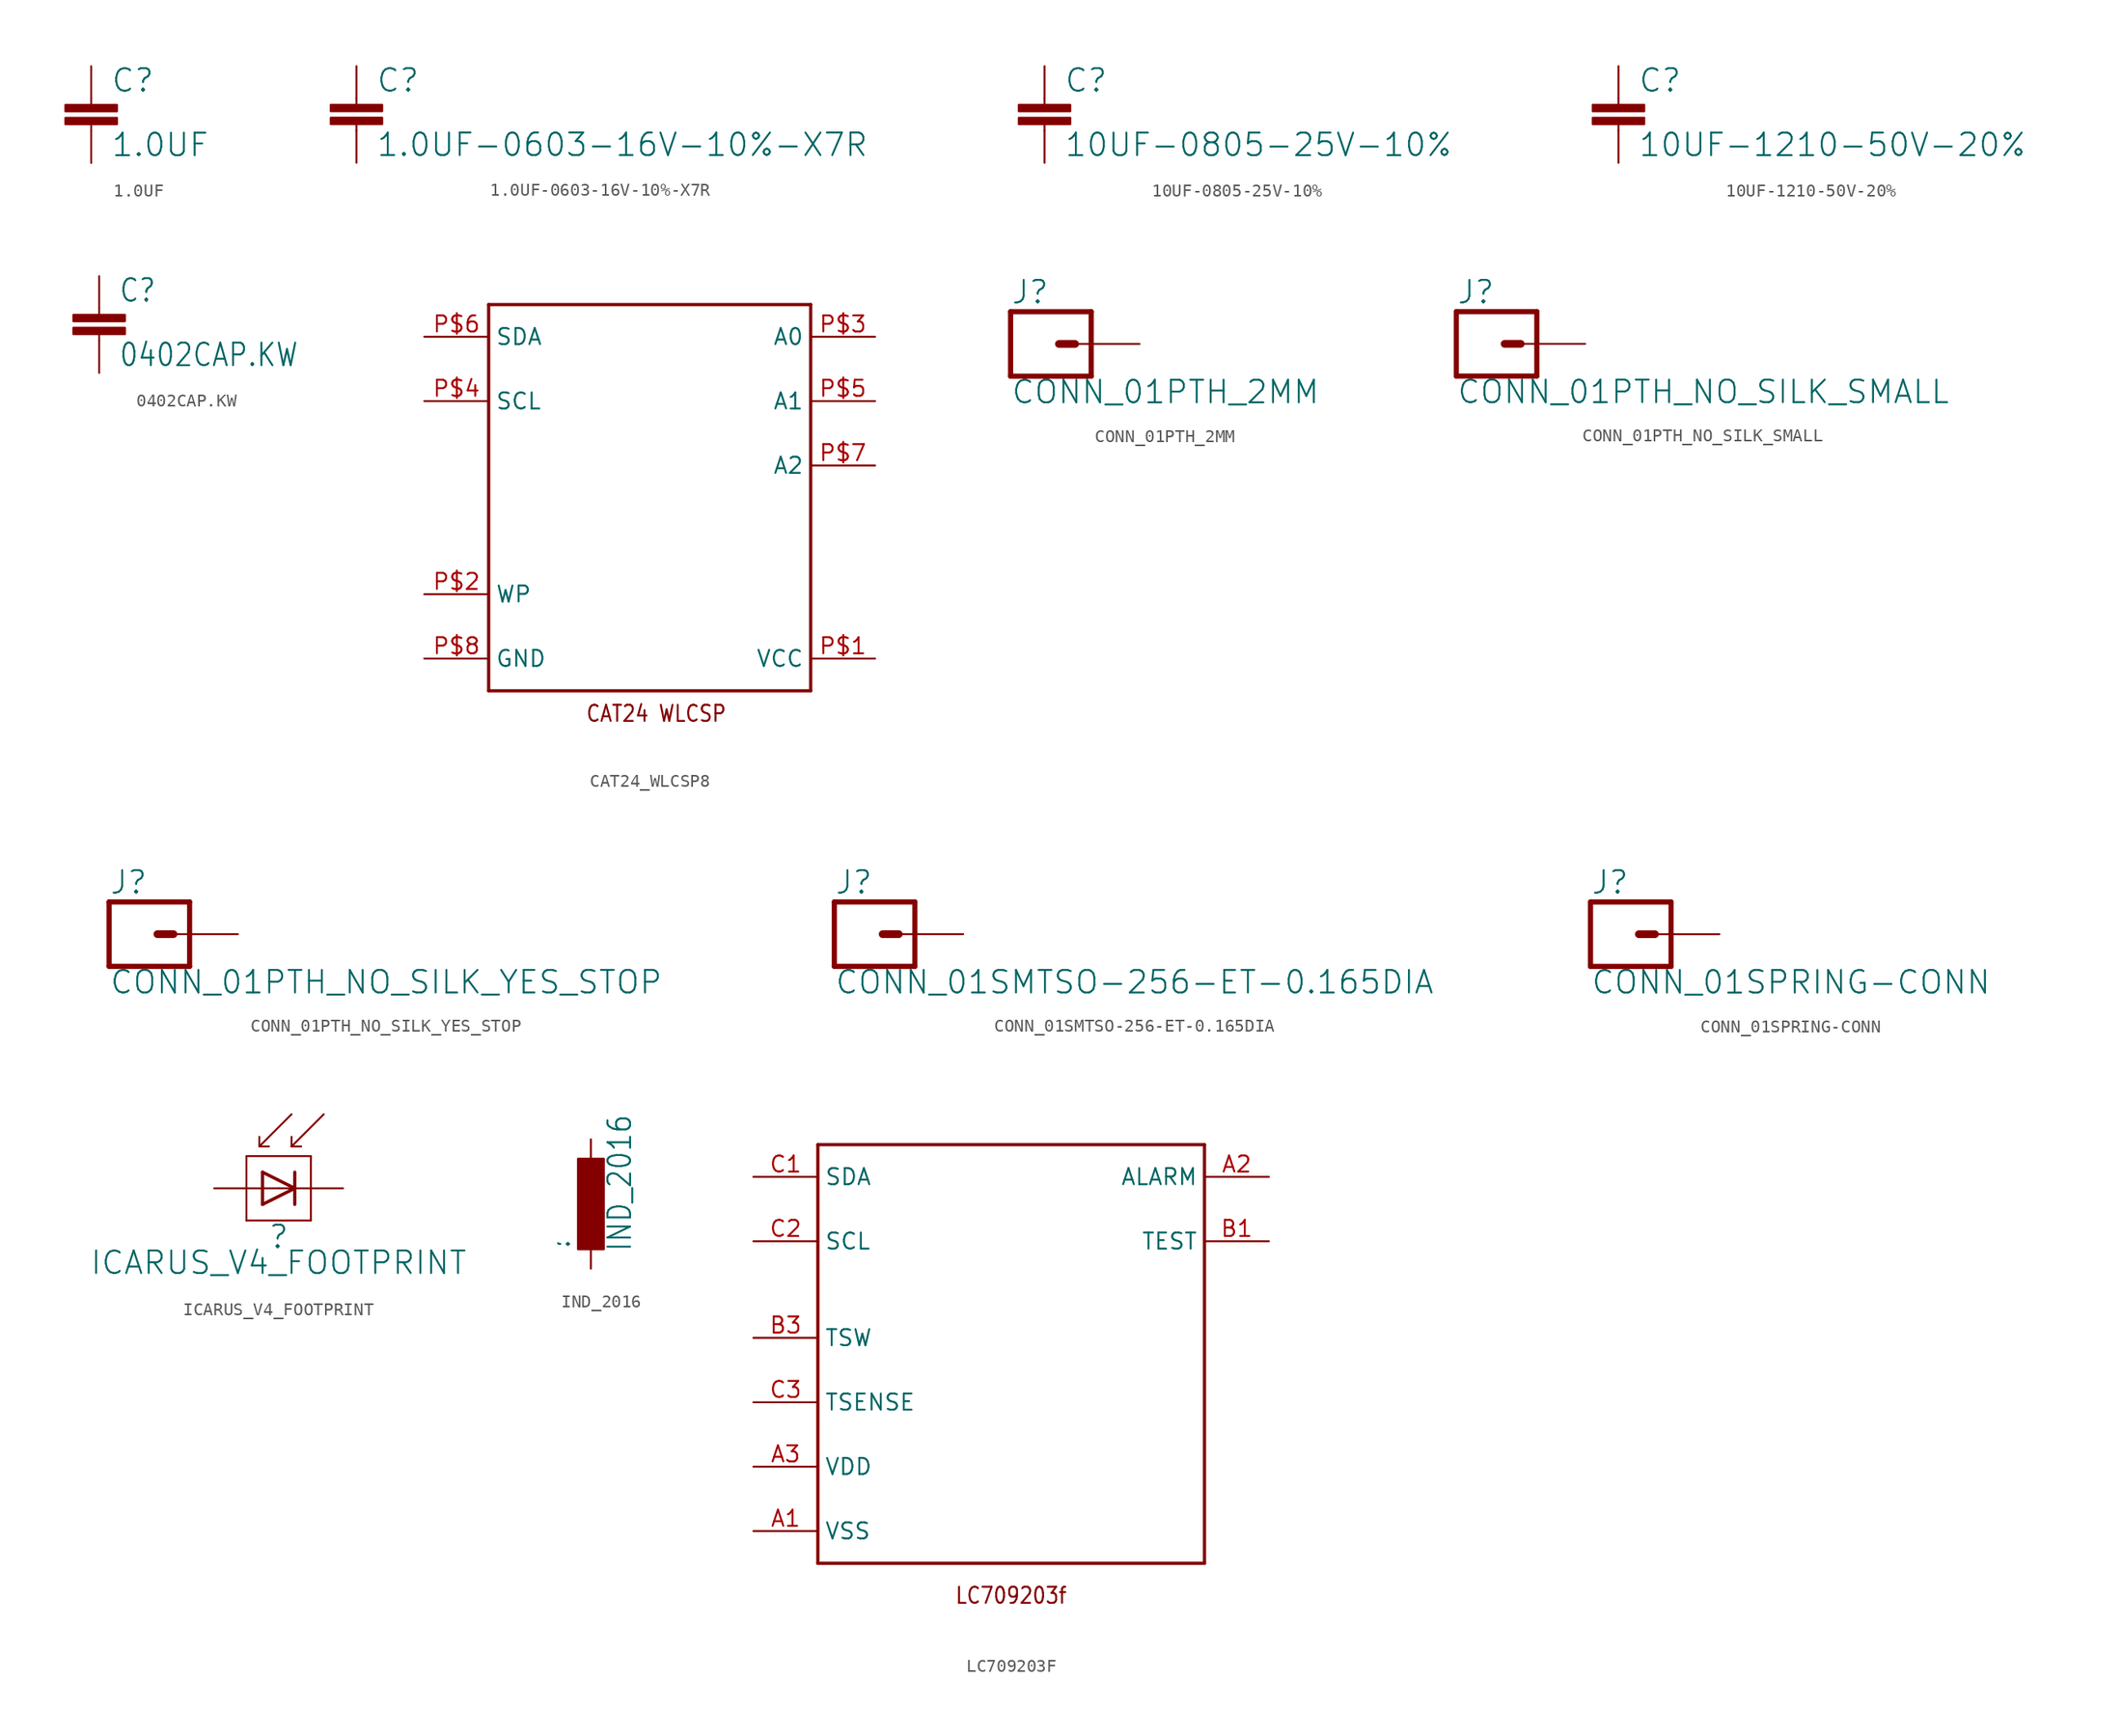
<source format=kicad_sym>
(kicad_symbol_lib
  (version 20211014)
  (generator kicad_symbol_editor)
  (symbol "1.0UF"
    (property "Reference" "C"
      (at 1.524 2.921 0)
      (effects (font (size 1.778 1.778)) (justify left bottom)))
    (property "Value" "1.0UF"
      (at 1.524 -2.159 0)
      (effects (font (size 1.778 1.778)) (justify left bottom)))
    (property "ki_locked" ""
      (at 0 0 0)
      (effects (font (size 1.27 1.27))))
    (symbol "1.0UF_1_0"
      (rectangle (start -2.032 0.508) (end 2.032 1.016) (stroke (width 0) (type default) (color 0 0 0 0)) (fill (type outline)))
      (rectangle (start -2.032 1.524) (end 2.032 2.032) (stroke (width 0) (type default) (color 0 0 0 0)) (fill (type outline)))
      (polyline (pts (xy 0 0) (xy 0 0.508)) (stroke (width 0.152) (type default) (color 0 0 0 0)) (fill (type none)))
      (polyline (pts (xy 0 2.54) (xy 0 2.032)) (stroke (width 0.152) (type default) (color 0 0 0 0)) (fill (type none)))
      (pin passive line (at 0 5.08 270) (length 2.54) (name "1" (effects (font (size 0 0)))) (number "P$1" (effects (font (size 0 0)))))
      (pin passive line (at 0 -2.54 90) (length 2.54) (name "2" (effects (font (size 0 0)))) (number "P$2" (effects (font (size 0 0)))))))
  (symbol "1.0UF-0603-16V-10%-X7R"
    (property "Reference" "C"
      (at 1.524 2.921 0)
      (effects (font (size 1.778 1.778)) (justify left bottom)))
    (property "Value" "1.0UF-0603-16V-10%-X7R"
      (at 1.524 -2.159 0)
      (effects (font (size 1.778 1.778)) (justify left bottom)))
    (property "ki_locked" ""
      (at 0 0 0)
      (effects (font (size 1.27 1.27))))
    (symbol "1.0UF-0603-16V-10%-X7R_1_0"
      (rectangle (start -2.032 0.508) (end 2.032 1.016) (stroke (width 0) (type default) (color 0 0 0 0)) (fill (type outline)))
      (rectangle (start -2.032 1.524) (end 2.032 2.032) (stroke (width 0) (type default) (color 0 0 0 0)) (fill (type outline)))
      (polyline (pts (xy 0 0) (xy 0 0.508)) (stroke (width 0.152) (type default) (color 0 0 0 0)) (fill (type none)))
      (polyline (pts (xy 0 2.54) (xy 0 2.032)) (stroke (width 0.152) (type default) (color 0 0 0 0)) (fill (type none)))
      (pin passive line (at 0 5.08 270) (length 2.54) (name "1" (effects (font (size 0 0)))) (number "1" (effects (font (size 0 0)))))
      (pin passive line (at 0 -2.54 90) (length 2.54) (name "2" (effects (font (size 0 0)))) (number "2" (effects (font (size 0 0)))))))
  (symbol "10UF-0805-25V-10%"
    (property "Reference" "C"
      (at 1.524 2.921 0)
      (effects (font (size 1.778 1.778)) (justify left bottom)))
    (property "Value" "10UF-0805-25V-10%"
      (at 1.524 -2.159 0)
      (effects (font (size 1.778 1.778)) (justify left bottom)))
    (property "ki_locked" ""
      (at 0 0 0)
      (effects (font (size 1.27 1.27))))
    (symbol "10UF-0805-25V-10%_1_0"
      (rectangle (start -2.032 0.508) (end 2.032 1.016) (stroke (width 0) (type default) (color 0 0 0 0)) (fill (type outline)))
      (rectangle (start -2.032 1.524) (end 2.032 2.032) (stroke (width 0) (type default) (color 0 0 0 0)) (fill (type outline)))
      (polyline (pts (xy 0 0) (xy 0 0.508)) (stroke (width 0.152) (type default) (color 0 0 0 0)) (fill (type none)))
      (polyline (pts (xy 0 2.54) (xy 0 2.032)) (stroke (width 0.152) (type default) (color 0 0 0 0)) (fill (type none)))
      (pin passive line (at 0 5.08 270) (length 2.54) (name "1" (effects (font (size 0 0)))) (number "1" (effects (font (size 0 0)))))
      (pin passive line (at 0 -2.54 90) (length 2.54) (name "2" (effects (font (size 0 0)))) (number "2" (effects (font (size 0 0)))))))
  (symbol "10UF-1210-50V-20%"
    (property "Reference" "C"
      (at 1.524 2.921 0)
      (effects (font (size 1.778 1.778)) (justify left bottom)))
    (property "Value" "10UF-1210-50V-20%"
      (at 1.524 -2.159 0)
      (effects (font (size 1.778 1.778)) (justify left bottom)))
    (property "ki_locked" ""
      (at 0 0 0)
      (effects (font (size 1.27 1.27))))
    (symbol "10UF-1210-50V-20%_1_0"
      (rectangle (start -2.032 0.508) (end 2.032 1.016) (stroke (width 0) (type default) (color 0 0 0 0)) (fill (type outline)))
      (rectangle (start -2.032 1.524) (end 2.032 2.032) (stroke (width 0) (type default) (color 0 0 0 0)) (fill (type outline)))
      (polyline (pts (xy 0 0) (xy 0 0.508)) (stroke (width 0.152) (type default) (color 0 0 0 0)) (fill (type none)))
      (polyline (pts (xy 0 2.54) (xy 0 2.032)) (stroke (width 0.152) (type default) (color 0 0 0 0)) (fill (type none)))
      (pin passive line (at 0 5.08 270) (length 2.54) (name "1" (effects (font (size 0 0)))) (number "1" (effects (font (size 0 0)))))
      (pin passive line (at 0 -2.54 90) (length 2.54) (name "2" (effects (font (size 0 0)))) (number "2" (effects (font (size 0 0)))))))
  (symbol "0402CAP.KW"
    (property "Reference" "C"
      (at 1.524 2.921 0)
      (effects (font (size 1.778 1.511)) (justify left bottom)))
    (property "Value" "0402CAP.KW"
      (at 1.524 -2.159 0)
      (effects (font (size 1.778 1.511)) (justify left bottom)))
    (property "ki_locked" ""
      (at 0 0 0)
      (effects (font (size 1.27 1.27))))
    (symbol "0402CAP.KW_1_0"
      (rectangle (start -2.032 0.508) (end 2.032 1.016) (stroke (width 0) (type default) (color 0 0 0 0)) (fill (type outline)))
      (rectangle (start -2.032 1.524) (end 2.032 2.032) (stroke (width 0) (type default) (color 0 0 0 0)) (fill (type outline)))
      (polyline (pts (xy 0 0) (xy 0 0.508)) (stroke (width 0.152) (type default) (color 0 0 0 0)) (fill (type none)))
      (polyline (pts (xy 0 2.54) (xy 0 2.032)) (stroke (width 0.152) (type default) (color 0 0 0 0)) (fill (type none)))
      (pin passive line (at 0 5.08 270) (length 2.54) (name "1" (effects (font (size 0 0)))) (number "1" (effects (font (size 0 0)))))
      (pin passive line (at 0 -2.54 90) (length 2.54) (name "2" (effects (font (size 0 0)))) (number "2" (effects (font (size 0 0)))))))
  (symbol "CAT24_WLCSP8"
    (property "Reference" ""
      (at 0 0 0)
      (effects (font (size 1.27 1.27)) hide))
    (property "ki_locked" ""
      (at 0 0 0)
      (effects (font (size 1.27 1.27))))
    (symbol "CAT24_WLCSP8_1_0"
      (polyline (pts (xy -12.7 -15.24) (xy 12.7 -15.24)) (stroke (width 0.254) (type default) (color 0 0 0 0)) (fill (type none)))
      (polyline (pts (xy -12.7 15.24) (xy -12.7 -15.24)) (stroke (width 0.254) (type default) (color 0 0 0 0)) (fill (type none)))
      (polyline (pts (xy 12.7 -15.24) (xy 12.7 15.24)) (stroke (width 0.254) (type default) (color 0 0 0 0)) (fill (type none)))
      (polyline (pts (xy 12.7 15.24) (xy -12.7 15.24)) (stroke (width 0.254) (type default) (color 0 0 0 0)) (fill (type none)))
      (text "CAT24 WLCSP" (at -5.08 -17.78 0) (effects (font (size 1.27 1.079)) (justify left bottom)))
      (pin bidirectional line (at 17.78 -12.7 180) (length 5.08) (name "VCC" (effects (font (size 1.27 1.27)))) (number "P$1" (effects (font (size 1.27 1.27)))))
      (pin bidirectional line (at -17.78 -7.62 0) (length 5.08) (name "WP" (effects (font (size 1.27 1.27)))) (number "P$2" (effects (font (size 1.27 1.27)))))
      (pin bidirectional line (at 17.78 12.7 180) (length 5.08) (name "A0" (effects (font (size 1.27 1.27)))) (number "P$3" (effects (font (size 1.27 1.27)))))
      (pin bidirectional line (at -17.78 7.62 0) (length 5.08) (name "SCL" (effects (font (size 1.27 1.27)))) (number "P$4" (effects (font (size 1.27 1.27)))))
      (pin bidirectional line (at 17.78 7.62 180) (length 5.08) (name "A1" (effects (font (size 1.27 1.27)))) (number "P$5" (effects (font (size 1.27 1.27)))))
      (pin bidirectional line (at -17.78 12.7 0) (length 5.08) (name "SDA" (effects (font (size 1.27 1.27)))) (number "P$6" (effects (font (size 1.27 1.27)))))
      (pin bidirectional line (at 17.78 2.54 180) (length 5.08) (name "A2" (effects (font (size 1.27 1.27)))) (number "P$7" (effects (font (size 1.27 1.27)))))
      (pin bidirectional line (at -17.78 -12.7 0) (length 5.08) (name "GND" (effects (font (size 1.27 1.27)))) (number "P$8" (effects (font (size 1.27 1.27)))))))
  (symbol "CONN_01PTH_2MM"
    (property "Reference" "J"
      (at -2.54 3.048 0)
      (effects (font (size 1.778 1.778)) (justify left bottom)))
    (property "Value" "CONN_01PTH_2MM"
      (at -2.54 -4.826 0)
      (effects (font (size 1.778 1.778)) (justify left bottom)))
    (property "ki_locked" ""
      (at 0 0 0)
      (effects (font (size 1.27 1.27))))
    (symbol "CONN_01PTH_2MM_1_0"
      (polyline (pts (xy -2.54 2.54) (xy -2.54 -2.54)) (stroke (width 0.406) (type default) (color 0 0 0 0)) (fill (type none)))
      (polyline (pts (xy -2.54 2.54) (xy 3.81 2.54)) (stroke (width 0.406) (type default) (color 0 0 0 0)) (fill (type none)))
      (polyline (pts (xy 1.27 0) (xy 2.54 0)) (stroke (width 0.61) (type default) (color 0 0 0 0)) (fill (type none)))
      (polyline (pts (xy 3.81 -2.54) (xy -2.54 -2.54)) (stroke (width 0.406) (type default) (color 0 0 0 0)) (fill (type none)))
      (polyline (pts (xy 3.81 -2.54) (xy 3.81 2.54)) (stroke (width 0.406) (type default) (color 0 0 0 0)) (fill (type none)))
      (pin passive line (at 7.62 0 180) (length 5.08) (name "1" (effects (font (size 0 0)))) (number "1" (effects (font (size 0 0)))))))
  (symbol "CONN_01PTH_NO_SILK_SMALL"
    (property "Reference" "J"
      (at -2.54 3.048 0)
      (effects (font (size 1.778 1.778)) (justify left bottom)))
    (property "Value" "CONN_01PTH_NO_SILK_SMALL"
      (at -2.54 -4.826 0)
      (effects (font (size 1.778 1.778)) (justify left bottom)))
    (property "ki_locked" ""
      (at 0 0 0)
      (effects (font (size 1.27 1.27))))
    (symbol "CONN_01PTH_NO_SILK_SMALL_1_0"
      (polyline (pts (xy -2.54 2.54) (xy -2.54 -2.54)) (stroke (width 0.406) (type default) (color 0 0 0 0)) (fill (type none)))
      (polyline (pts (xy -2.54 2.54) (xy 3.81 2.54)) (stroke (width 0.406) (type default) (color 0 0 0 0)) (fill (type none)))
      (polyline (pts (xy 1.27 0) (xy 2.54 0)) (stroke (width 0.61) (type default) (color 0 0 0 0)) (fill (type none)))
      (polyline (pts (xy 3.81 -2.54) (xy -2.54 -2.54)) (stroke (width 0.406) (type default) (color 0 0 0 0)) (fill (type none)))
      (polyline (pts (xy 3.81 -2.54) (xy 3.81 2.54)) (stroke (width 0.406) (type default) (color 0 0 0 0)) (fill (type none)))
      (pin passive line (at 7.62 0 180) (length 5.08) (name "1" (effects (font (size 0 0)))) (number "P$1" (effects (font (size 0 0)))))))
  (symbol "CONN_01PTH_NO_SILK_YES_STOP"
    (property "Reference" "J"
      (at -2.54 3.048 0)
      (effects (font (size 1.778 1.778)) (justify left bottom)))
    (property "Value" "CONN_01PTH_NO_SILK_YES_STOP"
      (at -2.54 -4.826 0)
      (effects (font (size 1.778 1.778)) (justify left bottom)))
    (property "ki_locked" ""
      (at 0 0 0)
      (effects (font (size 1.27 1.27))))
    (symbol "CONN_01PTH_NO_SILK_YES_STOP_1_0"
      (polyline (pts (xy -2.54 2.54) (xy -2.54 -2.54)) (stroke (width 0.406) (type default) (color 0 0 0 0)) (fill (type none)))
      (polyline (pts (xy -2.54 2.54) (xy 3.81 2.54)) (stroke (width 0.406) (type default) (color 0 0 0 0)) (fill (type none)))
      (polyline (pts (xy 1.27 0) (xy 2.54 0)) (stroke (width 0.61) (type default) (color 0 0 0 0)) (fill (type none)))
      (polyline (pts (xy 3.81 -2.54) (xy -2.54 -2.54)) (stroke (width 0.406) (type default) (color 0 0 0 0)) (fill (type none)))
      (polyline (pts (xy 3.81 -2.54) (xy 3.81 2.54)) (stroke (width 0.406) (type default) (color 0 0 0 0)) (fill (type none)))
      (pin passive line (at 7.62 0 180) (length 5.08) (name "1" (effects (font (size 0 0)))) (number "1" (effects (font (size 0 0)))))))
  (symbol "CONN_01SMTSO-256-ET-0.165DIA"
    (property "Reference" "J"
      (at -2.54 3.048 0)
      (effects (font (size 1.778 1.778)) (justify left bottom)))
    (property "Value" "CONN_01SMTSO-256-ET-0.165DIA"
      (at -2.54 -4.826 0)
      (effects (font (size 1.778 1.778)) (justify left bottom)))
    (property "ki_locked" ""
      (at 0 0 0)
      (effects (font (size 1.27 1.27))))
    (symbol "CONN_01SMTSO-256-ET-0.165DIA_1_0"
      (polyline (pts (xy -2.54 2.54) (xy -2.54 -2.54)) (stroke (width 0.406) (type default) (color 0 0 0 0)) (fill (type none)))
      (polyline (pts (xy -2.54 2.54) (xy 3.81 2.54)) (stroke (width 0.406) (type default) (color 0 0 0 0)) (fill (type none)))
      (polyline (pts (xy 1.27 0) (xy 2.54 0)) (stroke (width 0.61) (type default) (color 0 0 0 0)) (fill (type none)))
      (polyline (pts (xy 3.81 -2.54) (xy -2.54 -2.54)) (stroke (width 0.406) (type default) (color 0 0 0 0)) (fill (type none)))
      (polyline (pts (xy 3.81 -2.54) (xy 3.81 2.54)) (stroke (width 0.406) (type default) (color 0 0 0 0)) (fill (type none)))
      (pin passive line (at 7.62 0 180) (length 5.08) (name "1" (effects (font (size 0 0)))) (number "P$1" (effects (font (size 0 0)))))))
  (symbol "CONN_01SPRING-CONN"
    (property "Reference" "J"
      (at -2.54 3.048 0)
      (effects (font (size 1.778 1.778)) (justify left bottom)))
    (property "Value" "CONN_01SPRING-CONN"
      (at -2.54 -4.826 0)
      (effects (font (size 1.778 1.778)) (justify left bottom)))
    (property "ki_locked" ""
      (at 0 0 0)
      (effects (font (size 1.27 1.27))))
    (symbol "CONN_01SPRING-CONN_1_0"
      (polyline (pts (xy -2.54 2.54) (xy -2.54 -2.54)) (stroke (width 0.406) (type default) (color 0 0 0 0)) (fill (type none)))
      (polyline (pts (xy -2.54 2.54) (xy 3.81 2.54)) (stroke (width 0.406) (type default) (color 0 0 0 0)) (fill (type none)))
      (polyline (pts (xy 1.27 0) (xy 2.54 0)) (stroke (width 0.61) (type default) (color 0 0 0 0)) (fill (type none)))
      (polyline (pts (xy 3.81 -2.54) (xy -2.54 -2.54)) (stroke (width 0.406) (type default) (color 0 0 0 0)) (fill (type none)))
      (polyline (pts (xy 3.81 -2.54) (xy 3.81 2.54)) (stroke (width 0.406) (type default) (color 0 0 0 0)) (fill (type none)))
      (pin passive line (at 7.62 0 180) (length 5.08) (name "1" (effects (font (size 0 0)))) (number "P$2" (effects (font (size 0 0)))))))
  (symbol "ICARUS_V4_FOOTPRINT"
    (property "Reference" ""
      (at 0 -2.794 0)
      (effects (font (size 1.778 1.778)) (justify top)))
    (property "Value" "ICARUS_V4_FOOTPRINT"
      (at 0 -4.826 0)
      (effects (font (size 1.778 1.778)) (justify top)))
    (property "ki_locked" ""
      (at 0 0 0)
      (effects (font (size 1.27 1.27))))
    (symbol "ICARUS_V4_FOOTPRINT_1_0"
      (polyline (pts (xy -2.54 -2.54) (xy 2.54 -2.54)) (stroke (width 0.152) (type default) (color 0 0 0 0)) (fill (type none)))
      (polyline (pts (xy -2.54 2.54) (xy -2.54 -2.54)) (stroke (width 0.152) (type default) (color 0 0 0 0)) (fill (type none)))
      (polyline (pts (xy -1.524 3.302) (xy -1.524 4.064)) (stroke (width 0.152) (type default) (color 0 0 0 0)) (fill (type none)))
      (polyline (pts (xy -1.524 3.302) (xy -0.762 3.302)) (stroke (width 0.152) (type default) (color 0 0 0 0)) (fill (type none)))
      (polyline (pts (xy -1.524 3.302) (xy 1.016 5.842)) (stroke (width 0.152) (type default) (color 0 0 0 0)) (fill (type none)))
      (polyline (pts (xy -1.27 -1.27) (xy 1.27 0)) (stroke (width 0.254) (type default) (color 0 0 0 0)) (fill (type none)))
      (polyline (pts (xy -1.27 1.27) (xy -1.27 -1.27)) (stroke (width 0.254) (type default) (color 0 0 0 0)) (fill (type none)))
      (polyline (pts (xy 1.016 3.302) (xy 1.016 4.064)) (stroke (width 0.152) (type default) (color 0 0 0 0)) (fill (type none)))
      (polyline (pts (xy 1.016 3.302) (xy 1.778 3.302)) (stroke (width 0.152) (type default) (color 0 0 0 0)) (fill (type none)))
      (polyline (pts (xy 1.016 3.302) (xy 3.556 5.842)) (stroke (width 0.152) (type default) (color 0 0 0 0)) (fill (type none)))
      (polyline (pts (xy 1.27 0) (xy -1.27 1.27)) (stroke (width 0.254) (type default) (color 0 0 0 0)) (fill (type none)))
      (polyline (pts (xy 1.27 0) (xy 1.27 -1.27)) (stroke (width 0.254) (type default) (color 0 0 0 0)) (fill (type none)))
      (polyline (pts (xy 1.27 1.27) (xy 1.27 0)) (stroke (width 0.254) (type default) (color 0 0 0 0)) (fill (type none)))
      (polyline (pts (xy 2.54 -2.54) (xy 2.54 2.54)) (stroke (width 0.152) (type default) (color 0 0 0 0)) (fill (type none)))
      (polyline (pts (xy 2.54 2.54) (xy -2.54 2.54)) (stroke (width 0.152) (type default) (color 0 0 0 0)) (fill (type none)))
      (pin passive line (at 5.08 0 180) (length 5.08) (name "PLUS" (effects (font (size 0 0)))) (number "P$1" (effects (font (size 0 0)))))
      (pin passive line (at -5.08 0 0) (length 5.08) (name "MINUS" (effects (font (size 0 0)))) (number "P$2" (effects (font (size 0 0)))))))
  (symbol "IND_2016"
    (property "Reference" ""
      (at -1.499 -3.81 90)
      (effects (font (size 1.778 1.511)) (justify left bottom)))
    (property "Value" "IND_2016"
      (at 3.302 -3.81 90)
      (effects (font (size 1.778 1.511)) (justify left bottom)))
    (property "ki_locked" ""
      (at 0 0 0)
      (effects (font (size 1.27 1.27))))
    (symbol "IND_2016_1_0"
      (rectangle (start -1.016 -3.556) (end 1.016 3.556) (stroke (width 0) (type default) (color 0 0 0 0)) (fill (type outline)))
      (pin passive line (at 0 5.08 270) (length 2.54) (name "1" (effects (font (size 0 0)))) (number "1" (effects (font (size 0 0)))))
      (pin passive line (at 0 -5.08 90) (length 2.54) (name "2" (effects (font (size 0 0)))) (number "2" (effects (font (size 0 0)))))))
  (symbol "LC709203F"
    (property "Reference" ""
      (at 0 0 0)
      (effects (font (size 1.27 1.27)) hide))
    (property "ki_locked" ""
      (at 0 0 0)
      (effects (font (size 1.27 1.27))))
    (symbol "LC709203F_1_0"
      (polyline (pts (xy -15.24 -17.78) (xy 15.24 -17.78)) (stroke (width 0.254) (type default) (color 0 0 0 0)) (fill (type none)))
      (polyline (pts (xy -15.24 15.24) (xy -15.24 -17.78)) (stroke (width 0.254) (type default) (color 0 0 0 0)) (fill (type none)))
      (polyline (pts (xy 15.24 -17.78) (xy 15.24 15.24)) (stroke (width 0.254) (type default) (color 0 0 0 0)) (fill (type none)))
      (polyline (pts (xy 15.24 15.24) (xy -15.24 15.24)) (stroke (width 0.254) (type default) (color 0 0 0 0)) (fill (type none)))
      (text "LC709203f" (at 0 -20.32 0) (effects (font (size 1.27 1.079))))
      (pin bidirectional line (at -20.32 -15.24 0) (length 5.08) (name "VSS" (effects (font (size 1.27 1.27)))) (number "A1" (effects (font (size 1.27 1.27)))))
      (pin bidirectional line (at 20.32 12.7 180) (length 5.08) (name "ALARM" (effects (font (size 1.27 1.27)))) (number "A2" (effects (font (size 1.27 1.27)))))
      (pin bidirectional line (at -20.32 -10.16 0) (length 5.08) (name "VDD" (effects (font (size 1.27 1.27)))) (number "A3" (effects (font (size 1.27 1.27)))))
      (pin bidirectional line (at 20.32 7.62 180) (length 5.08) (name "TEST" (effects (font (size 1.27 1.27)))) (number "B1" (effects (font (size 1.27 1.27)))))
      (pin bidirectional line (at -20.32 0 0) (length 5.08) (name "TSW" (effects (font (size 1.27 1.27)))) (number "B3" (effects (font (size 1.27 1.27)))))
      (pin bidirectional line (at -20.32 12.7 0) (length 5.08) (name "SDA" (effects (font (size 1.27 1.27)))) (number "C1" (effects (font (size 1.27 1.27)))))
      (pin bidirectional line (at -20.32 7.62 0) (length 5.08) (name "SCL" (effects (font (size 1.27 1.27)))) (number "C2" (effects (font (size 1.27 1.27)))))
      (pin bidirectional line (at -20.32 -5.08 0) (length 5.08) (name "TSENSE" (effects (font (size 1.27 1.27)))) (number "C3" (effects (font (size 1.27 1.27))))))))
</source>
